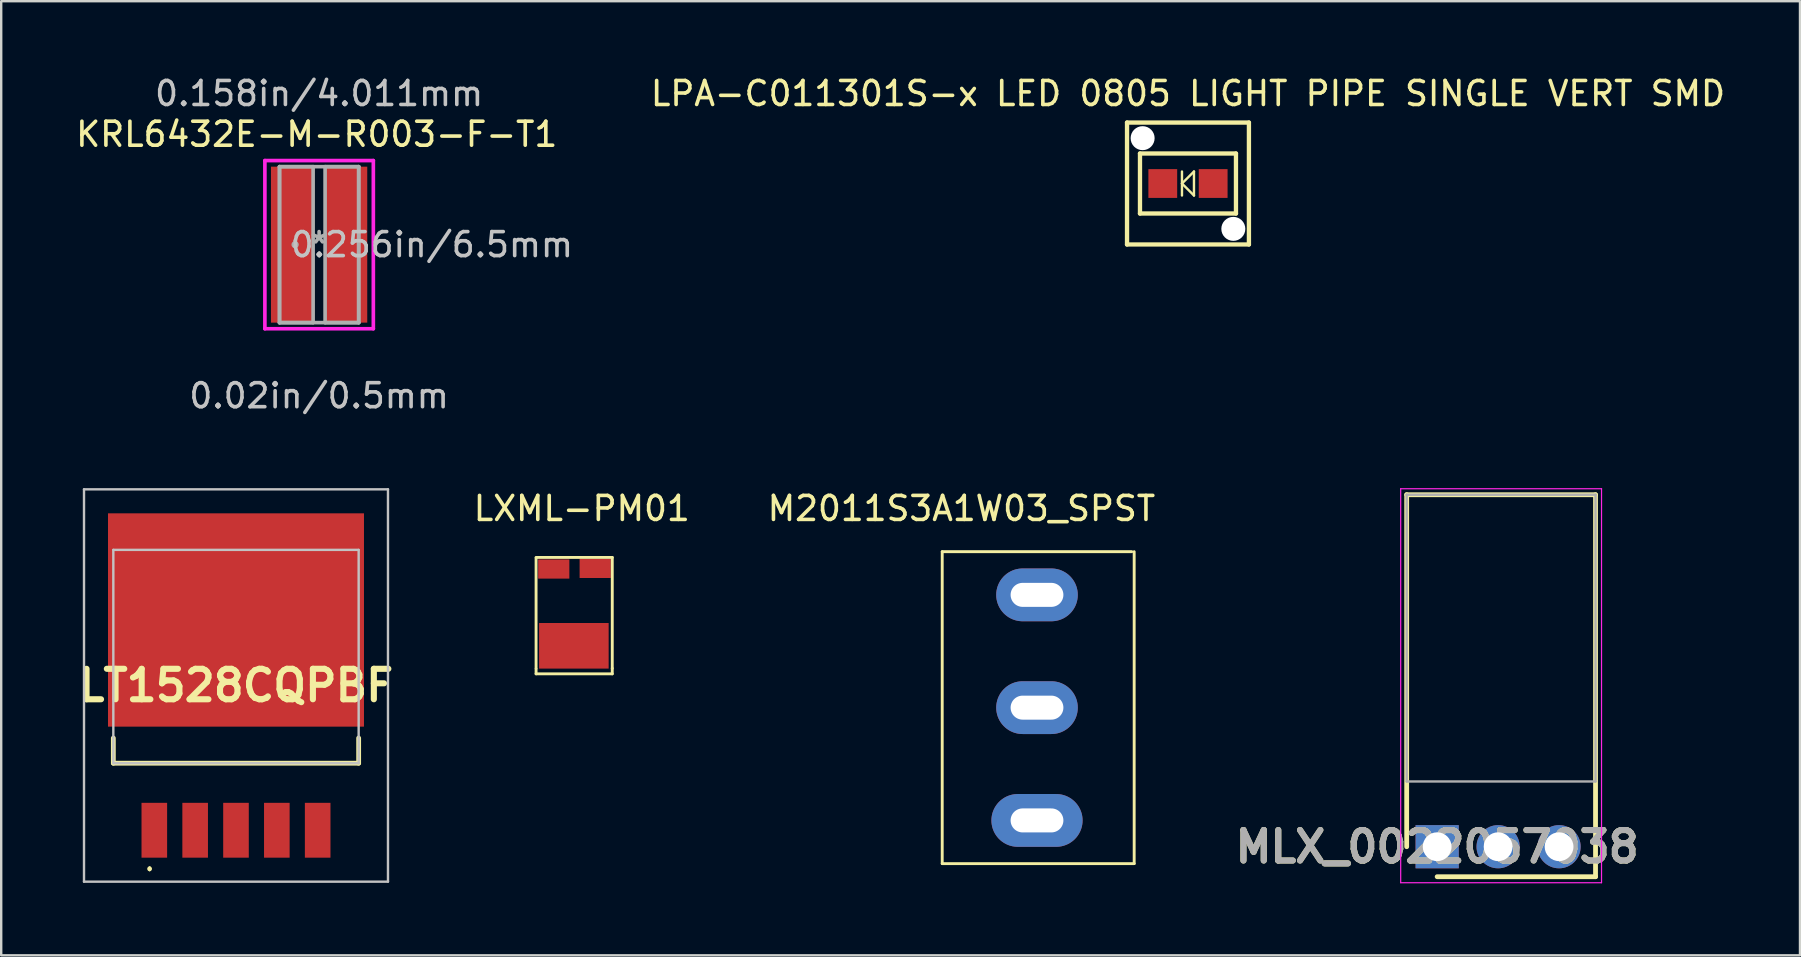
<source format=kicad_pcb>
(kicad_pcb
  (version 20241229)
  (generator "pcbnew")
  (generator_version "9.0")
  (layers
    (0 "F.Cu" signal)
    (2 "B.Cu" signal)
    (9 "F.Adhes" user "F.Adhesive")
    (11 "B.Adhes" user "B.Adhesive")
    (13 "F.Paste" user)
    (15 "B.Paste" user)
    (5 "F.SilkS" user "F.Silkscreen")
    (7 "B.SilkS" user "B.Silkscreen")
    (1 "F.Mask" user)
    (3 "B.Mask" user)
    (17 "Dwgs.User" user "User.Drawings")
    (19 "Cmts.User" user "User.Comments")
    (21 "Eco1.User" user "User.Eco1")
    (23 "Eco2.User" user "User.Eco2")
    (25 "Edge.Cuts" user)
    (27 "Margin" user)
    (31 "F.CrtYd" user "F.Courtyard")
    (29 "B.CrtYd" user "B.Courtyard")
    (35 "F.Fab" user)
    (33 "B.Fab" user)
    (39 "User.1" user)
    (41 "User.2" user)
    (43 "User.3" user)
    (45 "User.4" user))
  (footprint "M2011S3A1W03_SPST"
    (layer "F.Cu")
    (at 36.217 19.941)
    (property "Reference" "M2011S3A1W03_SPST" (at 0.8 -1.8 0) (layer "F.SilkS") (effects (font (size 1 1) (thickness 0.15))))
    (attr through_hole)
    (fp_line (start 0 0) (end 7.9 0) (stroke (width 0.12) (type solid)) (layer "F.SilkS"))
    (fp_line (start 0 13) (end 0 0) (stroke (width 0.12) (type solid)) (layer "F.SilkS"))
    (fp_line (start 8 0) (end 8 13) (stroke (width 0.12) (type solid)) (layer "F.SilkS"))
    (fp_line (start 8 13) (end 0 13) (stroke (width 0.12) (type solid)) (layer "F.SilkS"))
    (pad "1" thru_hole oval (at 3.95 1.8) (size 3.4 2.2) (drill oval 2.2 1) (layers "*.Cu" "*.Mask"))
    (pad "2" thru_hole oval (at 3.95 6.5) (size 3.4 2.2) (drill oval 2.2 1) (layers "*.Cu" "*.Mask"))
    (pad "3" thru_hole oval (at 3.95 11.2) (size 3.8 2.2) (drill oval 2.2 1) (layers "*.Cu" "*.Mask")))
  (footprint "LT1528CQPBF"
    (layer "F.Cu")
    (at 6.785 25.709)
    (property "Reference" "LT1528CQPBF" (at 0 -0.191 0) (layer "F.SilkS") (effects (font (size 1.27 1.27) (thickness 0.254))))
    (attr smd)
    (fp_line (start -5.112 2) (end -5.112 3.048) (stroke (width 0.2) (type solid)) (layer "F.SilkS"))
    (fp_line (start -5.112 3.048) (end 5.112 3.048) (stroke (width 0.2) (type solid)) (layer "F.SilkS"))
    (fp_line (start -3.6 7.4) (end -3.6 7.4) (stroke (width 0.1) (type solid)) (layer "F.SilkS"))
    (fp_line (start -3.6 7.5) (end -3.6 7.5) (stroke (width 0.1) (type solid)) (layer "F.SilkS"))
    (fp_line (start 5.112 3.048) (end 5.112 2) (stroke (width 0.2) (type solid)) (layer "F.SilkS"))
    (fp_arc (start -3.6 7.4) (mid -3.55 7.45) (end -3.6 7.5) (stroke (width 0.1) (type solid)) (layer "F.SilkS"))
    (fp_arc (start -3.6 7.5) (mid -3.65 7.45) (end -3.6 7.4) (stroke (width 0.1) (type solid)) (layer "F.SilkS"))
    (fp_line (start -6.334 -8.366) (end 6.334 -8.366) (stroke (width 0.1) (type solid)) (layer "Dwgs.User"))
    (fp_line (start -6.334 7.985) (end -6.334 -8.366) (stroke (width 0.1) (type solid)) (layer "Dwgs.User"))
    (fp_line (start -5.112 -5.842) (end 5.112 -5.842) (stroke (width 0.1) (type solid)) (layer "Dwgs.User"))
    (fp_line (start -5.112 3.048) (end -5.112 -5.842) (stroke (width 0.1) (type solid)) (layer "Dwgs.User"))
    (fp_line (start 5.112 -5.842) (end 5.112 3.048) (stroke (width 0.1) (type solid)) (layer "Dwgs.User"))
    (fp_line (start 5.112 3.048) (end -5.112 3.048) (stroke (width 0.1) (type solid)) (layer "Dwgs.User"))
    (fp_line (start 6.334 -8.366) (end 6.334 7.985) (stroke (width 0.1) (type solid)) (layer "Dwgs.User"))
    (fp_line (start 6.334 7.985) (end -6.334 7.985) (stroke (width 0.1) (type solid)) (layer "Dwgs.User"))
    (pad "1" smd rect (at -3.404 5.842) (size 1.067 2.286) (layers "F.Cu" "F.Mask" "F.Paste"))
    (pad "2" smd rect (at -1.702 5.842) (size 1.067 2.286) (layers "F.Cu" "F.Mask" "F.Paste"))
    (pad "3" smd rect (at 0 -2.921 90) (size 8.89 10.668) (layers "F.Cu" "F.Mask" "F.Paste"))
    (pad "3" smd rect (at 0 5.842) (size 1.067 2.286) (layers "F.Cu" "F.Mask" "F.Paste"))
    (pad "4" smd rect (at 1.702 5.842) (size 1.067 2.286) (layers "F.Cu" "F.Mask" "F.Paste"))
    (pad "5" smd rect (at 3.404 5.842) (size 1.067 2.286) (layers "F.Cu" "F.Mask" "F.Paste")))
  (footprint "LXML-PM01"
    (layer "F.Cu")
    (at 21.196 17.641)
    (property "Reference" "LXML-PM01" (at 0 0.5 0) (layer "F.SilkS") (effects (font (size 1 1) (thickness 0.15))))
    (attr through_hole)
    (fp_line (start -1.905 2.54) (end 1.27 2.54) (stroke (width 0.12) (type solid)) (layer "F.SilkS"))
    (fp_line (start -1.905 7.163) (end -1.905 2.565) (stroke (width 0.12) (type solid)) (layer "F.SilkS"))
    (fp_line (start -1.905 7.188) (end -1.905 7.391) (stroke (width 0.12) (type solid)) (layer "F.SilkS"))
    (fp_line (start 1.27 2.54) (end 1.27 7.163) (stroke (width 0.12) (type solid)) (layer "F.SilkS"))
    (fp_line (start 1.27 7.163) (end 1.27 7.391) (stroke (width 0.12) (type solid)) (layer "F.SilkS"))
    (fp_line (start 1.27 7.391) (end -1.905 7.391) (stroke (width 0.12) (type solid)) (layer "F.SilkS"))
    (pad "1" smd rect (at -1.168 3.023) (size 1.3 0.8) (layers "F.Cu" "F.Mask"))
    (pad "2" smd rect (at 0.559 2.997) (size 1.3 0.8) (layers "F.Cu" "F.Mask"))
    (pad "3" smd rect (at -0.33 6.223) (size 2.9 1.9) (layers "F.Cu" "F.Mask")))
  (footprint "MLX_0022057038"
    (layer "F.Cu")
    (at 56.844 32.237)
    (property "Reference" "MLX_0022057038" (at 0 0 0) (layer "F.SilkS") (effects (font (size 1.27 1.27) (thickness 0.254))))
    (attr through_hole)
    (fp_line (start -1.27 -14.67) (end -1.27 0) (stroke (width 0.2) (type solid)) (layer "F.SilkS"))
    (fp_line (start 0 1.25) (end 6.6 1.25) (stroke (width 0.2) (type solid)) (layer "F.SilkS"))
    (fp_line (start 6.6 -14.67) (end -1.27 -14.67) (stroke (width 0.2) (type solid)) (layer "F.SilkS"))
    (fp_line (start 6.6 1.25) (end 6.6 -14.67) (stroke (width 0.2) (type solid)) (layer "F.SilkS"))
    (fp_line (start -1.52 -14.92) (end 6.85 -14.92) (stroke (width 0.05) (type solid)) (layer "F.CrtYd"))
    (fp_line (start -1.52 1.5) (end -1.52 -14.92) (stroke (width 0.05) (type solid)) (layer "F.CrtYd"))
    (fp_line (start 6.85 -14.92) (end 6.85 1.5) (stroke (width 0.05) (type solid)) (layer "F.CrtYd"))
    (fp_line (start 6.85 1.5) (end -1.52 1.5) (stroke (width 0.05) (type solid)) (layer "F.CrtYd"))
    (fp_line (start -1.27 -14.67) (end 6.6 -14.67) (stroke (width 0.1) (type solid)) (layer "F.Fab"))
    (fp_line (start -1.27 -2.72) (end -1.27 -14.67) (stroke (width 0.1) (type solid)) (layer "F.Fab"))
    (fp_line (start 6.6 -14.67) (end 6.6 -2.72) (stroke (width 0.1) (type solid)) (layer "F.Fab"))
    (fp_line (start 6.6 -2.72) (end -1.27 -2.72) (stroke (width 0.1) (type solid)) (layer "F.Fab"))
    (fp_text user "${REFERENCE}" (at 0 0 0) (layer "F.Fab") (effects (font (size 1.27 1.27) (thickness 0.254))))
    (pad "1" thru_hole rect (at 0 0) (size 1.8 1.8) (drill 1.2) (layers "*.Cu" "*.Mask"))
    (pad "2" thru_hole circle (at 2.54 0) (size 1.8 1.8) (drill 1.2) (layers "*.Cu" "*.Mask"))
    (pad "3" thru_hole circle (at 5.08 0) (size 1.8 1.8) (drill 1.2) (layers "*.Cu" "*.Mask")))
  (footprint "LPA-C011301S-x LED 0805 LIGHT PIPE SINGLE VERT SMD"
    (layer "F.Cu")
    (at 46.459 4.598)
    (property "Reference" "LPA-C011301S-x LED 0805 LIGHT PIPE SINGLE VERT SMD" (at 0 -3.75 0) (layer "F.SilkS") (effects (font (size 1 1) (thickness 0.15))))
    (attr through_hole)
    (fp_line (start -2.54 -2.54) (end 2.54 -2.54) (stroke (width 0.18) (type solid)) (layer "F.SilkS"))
    (fp_line (start -2.54 2.54) (end -2.54 -2.54) (stroke (width 0.18) (type solid)) (layer "F.SilkS"))
    (fp_line (start -2 -1.25) (end 2 -1.25) (stroke (width 0.18) (type solid)) (layer "F.SilkS"))
    (fp_line (start -2 1.25) (end -2 -1.25) (stroke (width 0.18) (type solid)) (layer "F.SilkS"))
    (fp_line (start -0.25 -0.5) (end -0.25 0.5) (stroke (width 0.1) (type solid)) (layer "F.SilkS"))
    (fp_line (start -0.25 0) (end 0.25 -0.5) (stroke (width 0.1) (type solid)) (layer "F.SilkS"))
    (fp_line (start 0.25 -0.5) (end 0.25 0.5) (stroke (width 0.1) (type solid)) (layer "F.SilkS"))
    (fp_line (start 0.25 0.5) (end -0.25 0) (stroke (width 0.1) (type solid)) (layer "F.SilkS"))
    (fp_line (start 2 -1.25) (end 2 1.25) (stroke (width 0.18) (type solid)) (layer "F.SilkS"))
    (fp_line (start 2 1.25) (end -2 1.25) (stroke (width 0.18) (type solid)) (layer "F.SilkS"))
    (fp_line (start 2.54 -2.54) (end 2.54 2.54) (stroke (width 0.18) (type solid)) (layer "F.SilkS"))
    (fp_line (start 2.54 2.54) (end -2.54 2.54) (stroke (width 0.18) (type solid)) (layer "F.SilkS"))
    (pad "" np_thru_hole circle (at -1.89 -1.89) (size 1 1) (drill 1) (layers "*.Cu" "*.Mask"))
    (pad "" np_thru_hole circle (at 1.89 1.89) (size 1 1) (drill 1) (layers "*.Cu" "*.Mask"))
    (pad "1" smd rect (at -1.05 0) (size 1.2 1.2) (layers "F.Cu" "F.Mask" "F.Paste"))
    (pad "2" smd rect (at 1.05 0) (size 1.2 1.2) (layers "F.Cu" "F.Mask" "F.Paste")))
  (footprint "KRL6432E-M-R003-F-T1"
    (layer "F.Cu")
    (at 10.249 7.146)
    (property "Reference" "KRL6432E-M-R003-F-T1" (at -0.1 -4.6 0) (layer "F.SilkS") (effects (font (size 1 1) (thickness 0.15))))
    (attr through_hole)
    (fp_line (start -2.26 -3.504) (end 2.26 -3.504) (stroke (width 0.152) (type solid)) (layer "F.CrtYd"))
    (fp_line (start -2.26 3.504) (end -2.26 -3.504) (stroke (width 0.152) (type solid)) (layer "F.CrtYd"))
    (fp_line (start 2.26 -3.504) (end 2.26 3.504) (stroke (width 0.152) (type solid)) (layer "F.CrtYd"))
    (fp_line (start 2.26 3.504) (end -2.26 3.504) (stroke (width 0.152) (type solid)) (layer "F.CrtYd"))
    (fp_line (start -1.65 -3.25) (end -1.65 3.25) (stroke (width 0.152) (type solid)) (layer "F.Fab"))
    (fp_line (start -1.65 -3.25) (end -1.65 3.25) (stroke (width 0.152) (type solid)) (layer "F.Fab"))
    (fp_line (start -1.65 3.25) (end -0.25 3.25) (stroke (width 0.152) (type solid)) (layer "F.Fab"))
    (fp_line (start -1.65 3.25) (end 1.65 3.25) (stroke (width 0.152) (type solid)) (layer "F.Fab"))
    (fp_line (start -0.25 -3.25) (end -1.65 -3.25) (stroke (width 0.152) (type solid)) (layer "F.Fab"))
    (fp_line (start -0.25 3.25) (end -0.25 -3.25) (stroke (width 0.152) (type solid)) (layer "F.Fab"))
    (fp_line (start 0.25 -3.25) (end 0.25 3.25) (stroke (width 0.152) (type solid)) (layer "F.Fab"))
    (fp_line (start 0.25 3.25) (end 1.65 3.25) (stroke (width 0.152) (type solid)) (layer "F.Fab"))
    (fp_line (start 1.65 -3.25) (end -1.65 -3.25) (stroke (width 0.152) (type solid)) (layer "F.Fab"))
    (fp_line (start 1.65 -3.25) (end 0.25 -3.25) (stroke (width 0.152) (type solid)) (layer "F.Fab"))
    (fp_line (start 1.65 3.25) (end 1.65 -3.25) (stroke (width 0.152) (type solid)) (layer "F.Fab"))
    (fp_line (start 1.65 3.25) (end 1.65 -3.25) (stroke (width 0.152) (type solid)) (layer "F.Fab"))
    (fp_circle (center -1.001 0) (end -0.925 0) (stroke (width 0.152) (type solid)) (fill no) (layer "F.Fab"))
    (fp_text user "0.256in/6.5mm" (at 4.698 0 0) (layer "Dwgs.User") (effects (font (size 1 1) (thickness 0.15))))
    (fp_text user "0.02in/0.5mm" (at 0 6.298 0) (layer "Dwgs.User") (effects (font (size 1 1) (thickness 0.15))))
    (fp_text user "0.158in/4.011mm" (at 0 -6.298 0) (layer "Dwgs.User") (effects (font (size 1 1) (thickness 0.15))))
    (fp_text user "Copyright 2016 Accelerated Designs. All rights reserved." (at 0 0 0) (layer "Cmts.User") (effects (font (size 0.127 0.127) (thickness 0.002))))
    (fp_text user "*" (at 0 0 0) (layer "F.Fab") (effects (font (size 1 1) (thickness 0.15))))
    (pad "1" smd rect (at -1.128 0) (size 1.756 6.5) (layers "F.Cu" "F.Mask" "F.Paste"))
    (pad "2" smd rect (at 1.128 0) (size 1.756 6.5) (layers "F.Cu" "F.Mask" "F.Paste")))
  (gr_rect
    (start -3 -3)
    (end 71.965 36.763)
    (stroke (width 0.1) (type default))
    (fill no)
    (layer "Edge.Cuts")))
</source>
